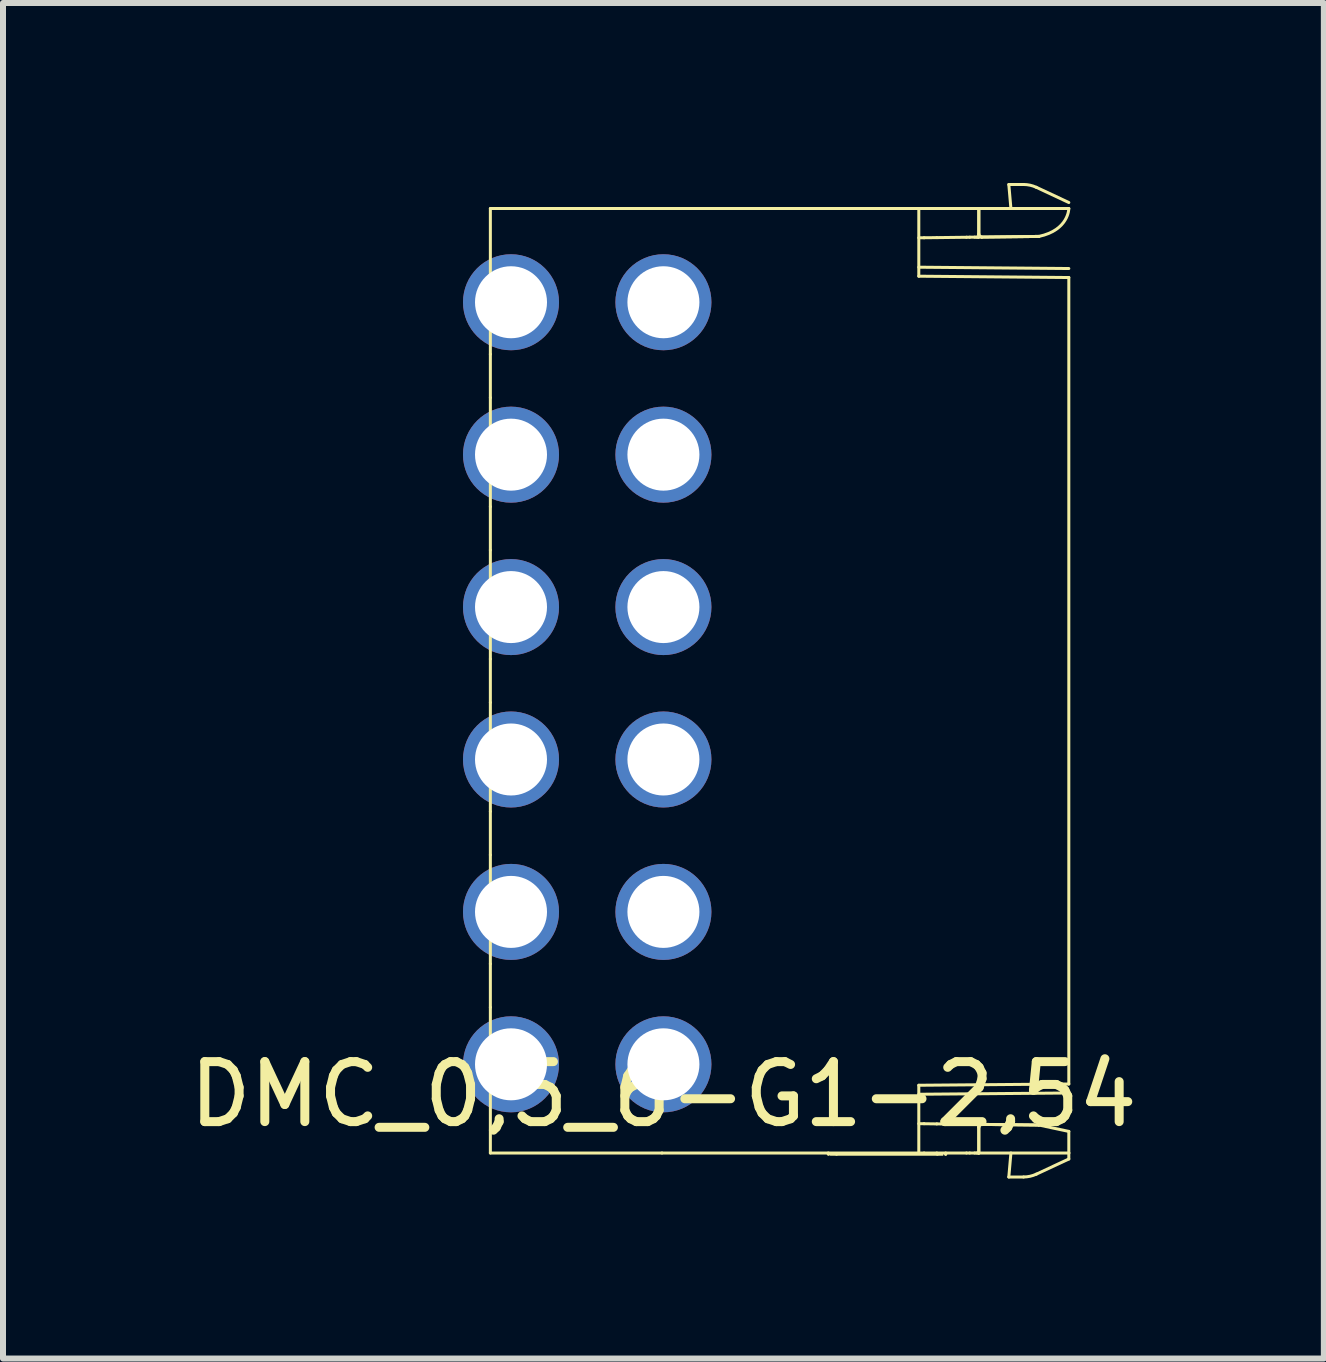
<source format=kicad_pcb>
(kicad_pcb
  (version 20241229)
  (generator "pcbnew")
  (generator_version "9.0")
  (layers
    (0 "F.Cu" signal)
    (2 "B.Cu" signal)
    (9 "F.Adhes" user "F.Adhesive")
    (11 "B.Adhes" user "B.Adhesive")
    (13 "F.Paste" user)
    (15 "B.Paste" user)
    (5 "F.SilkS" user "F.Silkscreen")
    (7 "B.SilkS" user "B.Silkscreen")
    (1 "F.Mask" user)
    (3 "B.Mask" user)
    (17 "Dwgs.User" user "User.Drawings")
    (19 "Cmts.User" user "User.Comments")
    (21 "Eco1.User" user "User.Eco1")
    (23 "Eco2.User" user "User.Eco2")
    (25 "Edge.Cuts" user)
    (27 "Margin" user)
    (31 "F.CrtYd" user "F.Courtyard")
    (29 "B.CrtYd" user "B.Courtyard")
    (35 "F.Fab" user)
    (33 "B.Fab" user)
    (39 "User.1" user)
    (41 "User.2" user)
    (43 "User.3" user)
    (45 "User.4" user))
  (footprint "DMC_0,5_6-G1-2,54"
    (layer "F.Cu")
    (at 8.006 14.687)
    (property "Reference" "DMC_0,5_6-G1-2,54" (at 0 0.5 0) (layer "F.SilkS") (effects (font (size 1 1) (thickness 0.15))))
    (attr through_hole)
    (fp_line (start -2.884 -14.262) (end -0.024 -14.262) (stroke (width 0.05) (type solid)) (layer "F.SilkS"))
    (fp_line (start -2.884 -13.092) (end -2.884 -14.262) (stroke (width 0.05) (type solid)) (layer "F.SilkS"))
    (fp_line (start -2.884 -13.062) (end -2.884 -13.092) (stroke (width 0.05) (type solid)) (layer "F.SilkS"))
    (fp_line (start -2.884 -13.062) (end -2.884 -12.422) (stroke (width 0.05) (type solid)) (layer "F.SilkS"))
    (fp_line (start -2.884 -12.392) (end -2.884 -12.422) (stroke (width 0.05) (type solid)) (layer "F.SilkS"))
    (fp_line (start -2.884 -11.834) (end -2.884 -12.392) (stroke (width 0.05) (type solid)) (layer "F.SilkS"))
    (fp_line (start -2.884 -11.11) (end -2.884 -11.834) (stroke (width 0.05) (type solid)) (layer "F.SilkS"))
    (fp_line (start -2.884 -10.552) (end -2.884 -11.11) (stroke (width 0.05) (type solid)) (layer "F.SilkS"))
    (fp_line (start -2.884 -10.522) (end -2.884 -10.552) (stroke (width 0.05) (type solid)) (layer "F.SilkS"))
    (fp_line (start -2.884 -10.522) (end -2.884 -9.882) (stroke (width 0.05) (type solid)) (layer "F.SilkS"))
    (fp_line (start -2.884 -9.852) (end -2.884 -9.882) (stroke (width 0.05) (type solid)) (layer "F.SilkS"))
    (fp_line (start -2.884 -9.294) (end -2.884 -9.852) (stroke (width 0.05) (type solid)) (layer "F.SilkS"))
    (fp_line (start -2.884 -8.57) (end -2.884 -9.294) (stroke (width 0.05) (type solid)) (layer "F.SilkS"))
    (fp_line (start -2.884 -8.012) (end -2.884 -8.57) (stroke (width 0.05) (type solid)) (layer "F.SilkS"))
    (fp_line (start -2.884 -7.982) (end -2.884 -8.012) (stroke (width 0.05) (type solid)) (layer "F.SilkS"))
    (fp_line (start -2.884 -7.982) (end -2.884 -7.342) (stroke (width 0.05) (type solid)) (layer "F.SilkS"))
    (fp_line (start -2.884 -7.312) (end -2.884 -7.342) (stroke (width 0.05) (type solid)) (layer "F.SilkS"))
    (fp_line (start -2.884 -6.754) (end -2.884 -7.312) (stroke (width 0.05) (type solid)) (layer "F.SilkS"))
    (fp_line (start -2.884 -6.03) (end -2.884 -6.754) (stroke (width 0.05) (type solid)) (layer "F.SilkS"))
    (fp_line (start -2.884 -5.472) (end -2.884 -6.03) (stroke (width 0.05) (type solid)) (layer "F.SilkS"))
    (fp_line (start -2.884 -5.442) (end -2.884 -5.472) (stroke (width 0.05) (type solid)) (layer "F.SilkS"))
    (fp_line (start -2.884 -5.442) (end -2.884 -4.802) (stroke (width 0.05) (type solid)) (layer "F.SilkS"))
    (fp_line (start -2.884 -4.772) (end -2.884 -4.802) (stroke (width 0.05) (type solid)) (layer "F.SilkS"))
    (fp_line (start -2.884 -4.214) (end -2.884 -4.772) (stroke (width 0.05) (type solid)) (layer "F.SilkS"))
    (fp_line (start -2.884 -3.49) (end -2.884 -4.214) (stroke (width 0.05) (type solid)) (layer "F.SilkS"))
    (fp_line (start -2.884 -2.932) (end -2.884 -3.49) (stroke (width 0.05) (type solid)) (layer "F.SilkS"))
    (fp_line (start -2.884 -2.902) (end -2.884 -2.932) (stroke (width 0.05) (type solid)) (layer "F.SilkS"))
    (fp_line (start -2.884 -2.902) (end -2.884 -2.262) (stroke (width 0.05) (type solid)) (layer "F.SilkS"))
    (fp_line (start -2.884 -2.232) (end -2.884 -2.262) (stroke (width 0.05) (type solid)) (layer "F.SilkS"))
    (fp_line (start -2.884 -1.674) (end -2.884 -2.232) (stroke (width 0.05) (type solid)) (layer "F.SilkS"))
    (fp_line (start -2.884 -0.95) (end -2.884 -1.674) (stroke (width 0.05) (type solid)) (layer "F.SilkS"))
    (fp_line (start -2.884 -0.392) (end -2.884 -0.95) (stroke (width 0.05) (type solid)) (layer "F.SilkS"))
    (fp_line (start -2.884 -0.362) (end -2.884 -0.392) (stroke (width 0.05) (type solid)) (layer "F.SilkS"))
    (fp_line (start -2.884 -0.362) (end -2.884 0.278) (stroke (width 0.05) (type solid)) (layer "F.SilkS"))
    (fp_line (start -2.884 0.308) (end -2.884 0.278) (stroke (width 0.05) (type solid)) (layer "F.SilkS"))
    (fp_line (start -2.884 1.478) (end -2.884 0.308) (stroke (width 0.05) (type solid)) (layer "F.SilkS"))
    (fp_line (start -0.024 -14.262) (end 4.256 -14.262) (stroke (width 0.05) (type solid)) (layer "F.SilkS"))
    (fp_line (start -0.024 1.478) (end -2.884 1.478) (stroke (width 0.05) (type solid)) (layer "F.SilkS"))
    (fp_line (start -0.024 1.478) (end 4.256 1.478) (stroke (width 0.05) (type solid)) (layer "F.SilkS"))
    (fp_line (start 2.747 1.478) (end 2.747 1.498) (stroke (width 0.05) (type solid)) (layer "F.SilkS"))
    (fp_line (start 2.885 1.498) (end 4.565 1.498) (stroke (width 0.05) (type solid)) (layer "F.SilkS"))
    (fp_line (start 4.256 -14.262) (end 4.256 -13.134) (stroke (width 0.05) (type solid)) (layer "F.SilkS"))
    (fp_line (start 4.256 -13.284) (end 6.756 -13.262) (stroke (width 0.05) (type solid)) (layer "F.SilkS"))
    (fp_line (start 4.256 -13.134) (end 6.756 -13.112) (stroke (width 0.05) (type solid)) (layer "F.SilkS"))
    (fp_line (start 4.256 0.499) (end 6.756 0.478) (stroke (width 0.05) (type solid)) (layer "F.SilkS"))
    (fp_line (start 4.256 1.478) (end 4.256 0.349) (stroke (width 0.05) (type solid)) (layer "F.SilkS"))
    (fp_line (start 4.704 1.478) (end 4.704 1.498) (stroke (width 0.05) (type solid)) (layer "F.SilkS"))
    (fp_line (start 5.256 -14.262) (end 5.256 -13.785) (stroke (width 0.05) (type solid)) (layer "F.SilkS"))
    (fp_line (start 5.256 -14.262) (end 6.756 -14.262) (stroke (width 0.05) (type solid)) (layer "F.SilkS"))
    (fp_line (start 5.256 -13.836) (end 5.256 -14.262) (stroke (width 0.05) (type solid)) (layer "F.SilkS"))
    (fp_line (start 5.256 1.001) (end 5.256 1.478) (stroke (width 0.05) (type solid)) (layer "F.SilkS"))
    (fp_line (start 5.256 1.051) (end 5.256 1.478) (stroke (width 0.05) (type solid)) (layer "F.SilkS"))
    (fp_line (start 5.307 -13.786) (end 6.256 -13.797) (stroke (width 0.05) (type solid)) (layer "F.SilkS"))
    (fp_line (start 5.307 1.001) (end 6.256 1.012) (stroke (width 0.05) (type solid)) (layer "F.SilkS"))
    (fp_line (start 5.756 -14.662) (end 6.002 -14.662) (stroke (width 0.05) (type solid)) (layer "F.SilkS"))
    (fp_line (start 5.756 1.878) (end 6.002 1.878) (stroke (width 0.05) (type solid)) (layer "F.SilkS"))
    (fp_line (start 5.791 -14.262) (end 5.756 -14.662) (stroke (width 0.05) (type solid)) (layer "F.SilkS"))
    (fp_line (start 5.791 1.478) (end 5.756 1.878) (stroke (width 0.05) (type solid)) (layer "F.SilkS"))
    (fp_line (start 6.214 -14.616) (end 6.756 -14.362) (stroke (width 0.05) (type solid)) (layer "F.SilkS"))
    (fp_line (start 6.214 1.831) (end 6.756 1.578) (stroke (width 0.05) (type solid)) (layer "F.SilkS"))
    (fp_line (start 6.256 -13.797) (end 5.298 -13.786) (stroke (width 0.05) (type solid)) (layer "F.SilkS"))
    (fp_line (start 6.256 1.012) (end 5.256 1.001) (stroke (width 0.05) (type solid)) (layer "F.SilkS"))
    (fp_line (start 6.257 -13.797) (end 6.257 -13.797) (stroke (width 0.05) (type solid)) (layer "F.SilkS"))
    (fp_line (start 6.257 1.012) (end 6.256 1.012) (stroke (width 0.05) (type solid)) (layer "F.SilkS"))
    (fp_line (start 6.756 0.328) (end 4.256 0.349) (stroke (width 0.05) (type solid)) (layer "F.SilkS"))
    (fp_line (start 6.756 0.328) (end 6.756 -13.112) (stroke (width 0.05) (type solid)) (layer "F.SilkS"))
    (fp_line (start 6.756 1.118) (end 6.257 1.012) (stroke (width 0.05) (type solid)) (layer "F.SilkS"))
    (fp_line (start 6.756 1.118) (end 6.756 1.478) (stroke (width 0.05) (type solid)) (layer "F.SilkS"))
    (fp_line (start 6.756 1.478) (end 5.256 1.478) (stroke (width 0.05) (type solid)) (layer "F.SilkS"))
    (fp_line (start 6.756 1.578) (end 6.756 1.478) (stroke (width 0.05) (type solid)) (layer "F.SilkS"))
    (fp_arc (start 6.002201 -14.6624) (mid 6.110421 -14.650548) (end 6.21351 -14.615554) (stroke (width 0.05) (type solid)) (layer "F.SilkS"))
    (fp_arc (start 6.21351 1.830754) (mid 6.110421 1.865748) (end 6.002201 1.8776) (stroke (width 0.05) (type solid)) (layer "F.SilkS"))
    (fp_curve (pts (xy 2.885 1.498) (xy 2.811 1.498) (xy 2.745 1.498) (xy 2.747 1.498)) (stroke (width 0.05) (type solid)) (layer "F.SilkS"))
    (fp_curve (pts (xy 4.256 -13.774) (xy 4.258 -13.774) (xy 4.287 -13.774) (xy 4.344 -13.775)) (stroke (width 0.05) (type solid)) (layer "F.SilkS"))
    (fp_curve (pts (xy 4.344 -14.262) (xy 4.287 -14.262) (xy 4.258 -14.262) (xy 4.256 -14.262)) (stroke (width 0.05) (type solid)) (layer "F.SilkS"))
    (fp_curve (pts (xy 4.344 -13.775) (xy 4.4 -13.776) (xy 4.478 -13.777) (xy 4.556 -13.777)) (stroke (width 0.05) (type solid)) (layer "F.SilkS"))
    (fp_curve (pts (xy 4.344 0.99) (xy 4.287 0.99) (xy 4.258 0.989) (xy 4.256 0.989)) (stroke (width 0.05) (type solid)) (layer "F.SilkS"))
    (fp_curve (pts (xy 4.344 1.478) (xy 4.287 1.478) (xy 4.258 1.478) (xy 4.256 1.478)) (stroke (width 0.05) (type solid)) (layer "F.SilkS"))
    (fp_curve (pts (xy 4.556 -14.262) (xy 4.478 -14.262) (xy 4.4 -14.262) (xy 4.344 -14.262)) (stroke (width 0.05) (type solid)) (layer "F.SilkS"))
    (fp_curve (pts (xy 4.556 -14.262) (xy 4.74 -14.262) (xy 4.921 -14.262) (xy 5.051 -14.262)) (stroke (width 0.05) (type solid)) (layer "F.SilkS"))
    (fp_curve (pts (xy 4.556 -13.777) (xy 4.74 -13.779) (xy 4.921 -13.782) (xy 5.051 -13.783)) (stroke (width 0.05) (type solid)) (layer "F.SilkS"))
    (fp_curve (pts (xy 4.556 0.993) (xy 4.478 0.992) (xy 4.4 0.991) (xy 4.344 0.99)) (stroke (width 0.05) (type solid)) (layer "F.SilkS"))
    (fp_curve (pts (xy 4.556 1.478) (xy 4.478 1.478) (xy 4.4 1.478) (xy 4.344 1.478)) (stroke (width 0.05) (type solid)) (layer "F.SilkS"))
    (fp_curve (pts (xy 4.556 1.478) (xy 4.74 1.478) (xy 4.921 1.478) (xy 5.051 1.478)) (stroke (width 0.05) (type solid)) (layer "F.SilkS"))
    (fp_curve (pts (xy 4.704 1.498) (xy 4.706 1.498) (xy 4.639 1.498) (xy 4.565 1.498)) (stroke (width 0.05) (type solid)) (layer "F.SilkS"))
    (fp_curve (pts (xy 5.051 -14.262) (xy 5.069 -14.262) (xy 5.086 -14.262) (xy 5.104 -14.262)) (stroke (width 0.05) (type solid)) (layer "F.SilkS"))
    (fp_curve (pts (xy 5.051 -13.783) (xy 5.069 -13.783) (xy 5.086 -13.783) (xy 5.104 -13.784)) (stroke (width 0.05) (type solid)) (layer "F.SilkS"))
    (fp_curve (pts (xy 5.051 0.998) (xy 4.921 0.997) (xy 4.74 0.995) (xy 4.556 0.993)) (stroke (width 0.05) (type solid)) (layer "F.SilkS"))
    (fp_curve (pts (xy 5.051 1.478) (xy 5.069 1.478) (xy 5.086 1.478) (xy 5.104 1.478)) (stroke (width 0.05) (type solid)) (layer "F.SilkS"))
    (fp_curve (pts (xy 5.104 -14.262) (xy 5.135 -14.262) (xy 5.163 -14.262) (xy 5.187 -14.262)) (stroke (width 0.05) (type solid)) (layer "F.SilkS"))
    (fp_curve (pts (xy 5.104 -13.784) (xy 5.135 -13.784) (xy 5.163 -13.784) (xy 5.187 -13.785)) (stroke (width 0.05) (type solid)) (layer "F.SilkS"))
    (fp_curve (pts (xy 5.104 1.478) (xy 5.135 1.478) (xy 5.163 1.478) (xy 5.187 1.478)) (stroke (width 0.05) (type solid)) (layer "F.SilkS"))
    (fp_curve (pts (xy 5.149 0.999) (xy 5.12 0.999) (xy 5.088 0.999) (xy 5.051 0.998)) (stroke (width 0.05) (type solid)) (layer "F.SilkS"))
    (fp_curve (pts (xy 5.187 -14.262) (xy 5.197 -14.262) (xy 5.207 -14.262) (xy 5.217 -14.262)) (stroke (width 0.05) (type solid)) (layer "F.SilkS"))
    (fp_curve (pts (xy 5.187 -13.785) (xy 5.197 -13.785) (xy 5.207 -13.785) (xy 5.217 -13.785)) (stroke (width 0.05) (type solid)) (layer "F.SilkS"))
    (fp_curve (pts (xy 5.187 1.478) (xy 5.197 1.478) (xy 5.207 1.478) (xy 5.217 1.478)) (stroke (width 0.05) (type solid)) (layer "F.SilkS"))
    (fp_curve (pts (xy 5.217 -14.262) (xy 5.224 -14.262) (xy 5.232 -14.262) (xy 5.239 -14.262)) (stroke (width 0.05) (type solid)) (layer "F.SilkS"))
    (fp_curve (pts (xy 5.217 -13.785) (xy 5.224 -13.785) (xy 5.232 -13.785) (xy 5.239 -13.785)) (stroke (width 0.05) (type solid)) (layer "F.SilkS"))
    (fp_curve (pts (xy 5.217 1) (xy 5.199 1) (xy 5.176 1) (xy 5.149 0.999)) (stroke (width 0.05) (type solid)) (layer "F.SilkS"))
    (fp_curve (pts (xy 5.217 1.478) (xy 5.224 1.478) (xy 5.232 1.478) (xy 5.239 1.478)) (stroke (width 0.05) (type solid)) (layer "F.SilkS"))
    (fp_curve (pts (xy 5.239 -14.262) (xy 5.243 -14.262) (xy 5.248 -14.262) (xy 5.252 -14.262)) (stroke (width 0.05) (type solid)) (layer "F.SilkS"))
    (fp_curve (pts (xy 5.239 -13.785) (xy 5.243 -13.785) (xy 5.248 -13.785) (xy 5.252 -13.785)) (stroke (width 0.05) (type solid)) (layer "F.SilkS"))
    (fp_curve (pts (xy 5.239 1) (xy 5.232 1) (xy 5.224 1) (xy 5.217 1)) (stroke (width 0.05) (type solid)) (layer "F.SilkS"))
    (fp_curve (pts (xy 5.239 1.478) (xy 5.243 1.478) (xy 5.248 1.478) (xy 5.252 1.478)) (stroke (width 0.05) (type solid)) (layer "F.SilkS"))
    (fp_curve (pts (xy 5.252 -14.262) (xy 5.253 -14.262) (xy 5.255 -14.262) (xy 5.256 -14.262)) (stroke (width 0.05) (type solid)) (layer "F.SilkS"))
    (fp_curve (pts (xy 5.252 -13.785) (xy 5.253 -13.785) (xy 5.255 -13.785) (xy 5.256 -13.785)) (stroke (width 0.05) (type solid)) (layer "F.SilkS"))
    (fp_curve (pts (xy 5.252 1) (xy 5.248 1) (xy 5.243 1) (xy 5.239 1)) (stroke (width 0.05) (type solid)) (layer "F.SilkS"))
    (fp_curve (pts (xy 5.252 1.478) (xy 5.253 1.478) (xy 5.255 1.478) (xy 5.256 1.478)) (stroke (width 0.05) (type solid)) (layer "F.SilkS"))
    (fp_curve (pts (xy 5.256 -13.827) (xy 5.255 -13.807) (xy 5.278 -13.784) (xy 5.298 -13.786)) (stroke (width 0.05) (type solid)) (layer "F.SilkS"))
    (fp_curve (pts (xy 5.256 1.001) (xy 5.255 1) (xy 5.253 1) (xy 5.252 1)) (stroke (width 0.05) (type solid)) (layer "F.SilkS"))
    (fp_curve (pts (xy 5.256 1.051) (xy 5.256 1.024) (xy 5.28 1) (xy 5.307 1.001)) (stroke (width 0.05) (type solid)) (layer "F.SilkS"))
    (fp_curve (pts (xy 5.298 1.001) (xy 5.278 0.999) (xy 5.255 1.022) (xy 5.256 1.042)) (stroke (width 0.05) (type solid)) (layer "F.SilkS"))
    (fp_curve (pts (xy 5.307 -13.786) (xy 5.28 -13.785) (xy 5.256 -13.809) (xy 5.256 -13.836)) (stroke (width 0.05) (type solid)) (layer "F.SilkS"))
    (fp_curve (pts (xy 6.257 -13.797) (xy 6.756 -13.902) (xy 6.756 -14.262) (xy 6.756 -14.262)) (stroke (width 0.05) (type solid)) (layer "F.SilkS"))
    (pad "1" thru_hole circle (at -2.54 0) (size 1.6 1.6) (drill 1.2) (layers "*.Cu" "*.Mask"))
    (pad "2" thru_hole circle (at 0 0) (size 1.6 1.6) (drill 1.2) (layers "*.Cu" "*.Mask"))
    (pad "3" thru_hole circle (at -2.54 -2.54) (size 1.6 1.6) (drill 1.2) (layers "*.Cu" "*.Mask"))
    (pad "4" thru_hole circle (at 0 -2.54) (size 1.6 1.6) (drill 1.2) (layers "*.Cu" "*.Mask"))
    (pad "5" thru_hole circle (at -2.54 -5.08) (size 1.6 1.6) (drill 1.2) (layers "*.Cu" "*.Mask"))
    (pad "6" thru_hole circle (at 0 -5.08 180) (size 1.6 1.6) (drill 1.2) (layers "*.Cu" "*.Mask"))
    (pad "7" thru_hole circle (at -2.54 -7.62) (size 1.6 1.6) (drill 1.2) (layers "*.Cu" "*.Mask"))
    (pad "8" thru_hole circle (at 0 -7.62) (size 1.6 1.6) (drill 1.2) (layers "*.Cu" "*.Mask"))
    (pad "9" thru_hole circle (at -2.54 -10.16) (size 1.6 1.6) (drill 1.2) (layers "*.Cu" "*.Mask"))
    (pad "10" thru_hole circle (at 0 -10.16) (size 1.6 1.6) (drill 1.2) (layers "*.Cu" "*.Mask"))
    (pad "11" thru_hole circle (at -2.54 -12.7) (size 1.6 1.6) (drill 1.2) (layers "*.Cu" "*.Mask"))
    (pad "12" thru_hole circle (at 0 -12.7) (size 1.6 1.6) (drill 1.2) (layers "*.Cu" "*.Mask")))
  (gr_rect
    (start -3 -3)
    (end 19.012 19.59)
    (stroke (width 0.1) (type default))
    (fill no)
    (layer "Edge.Cuts")))
</source>
